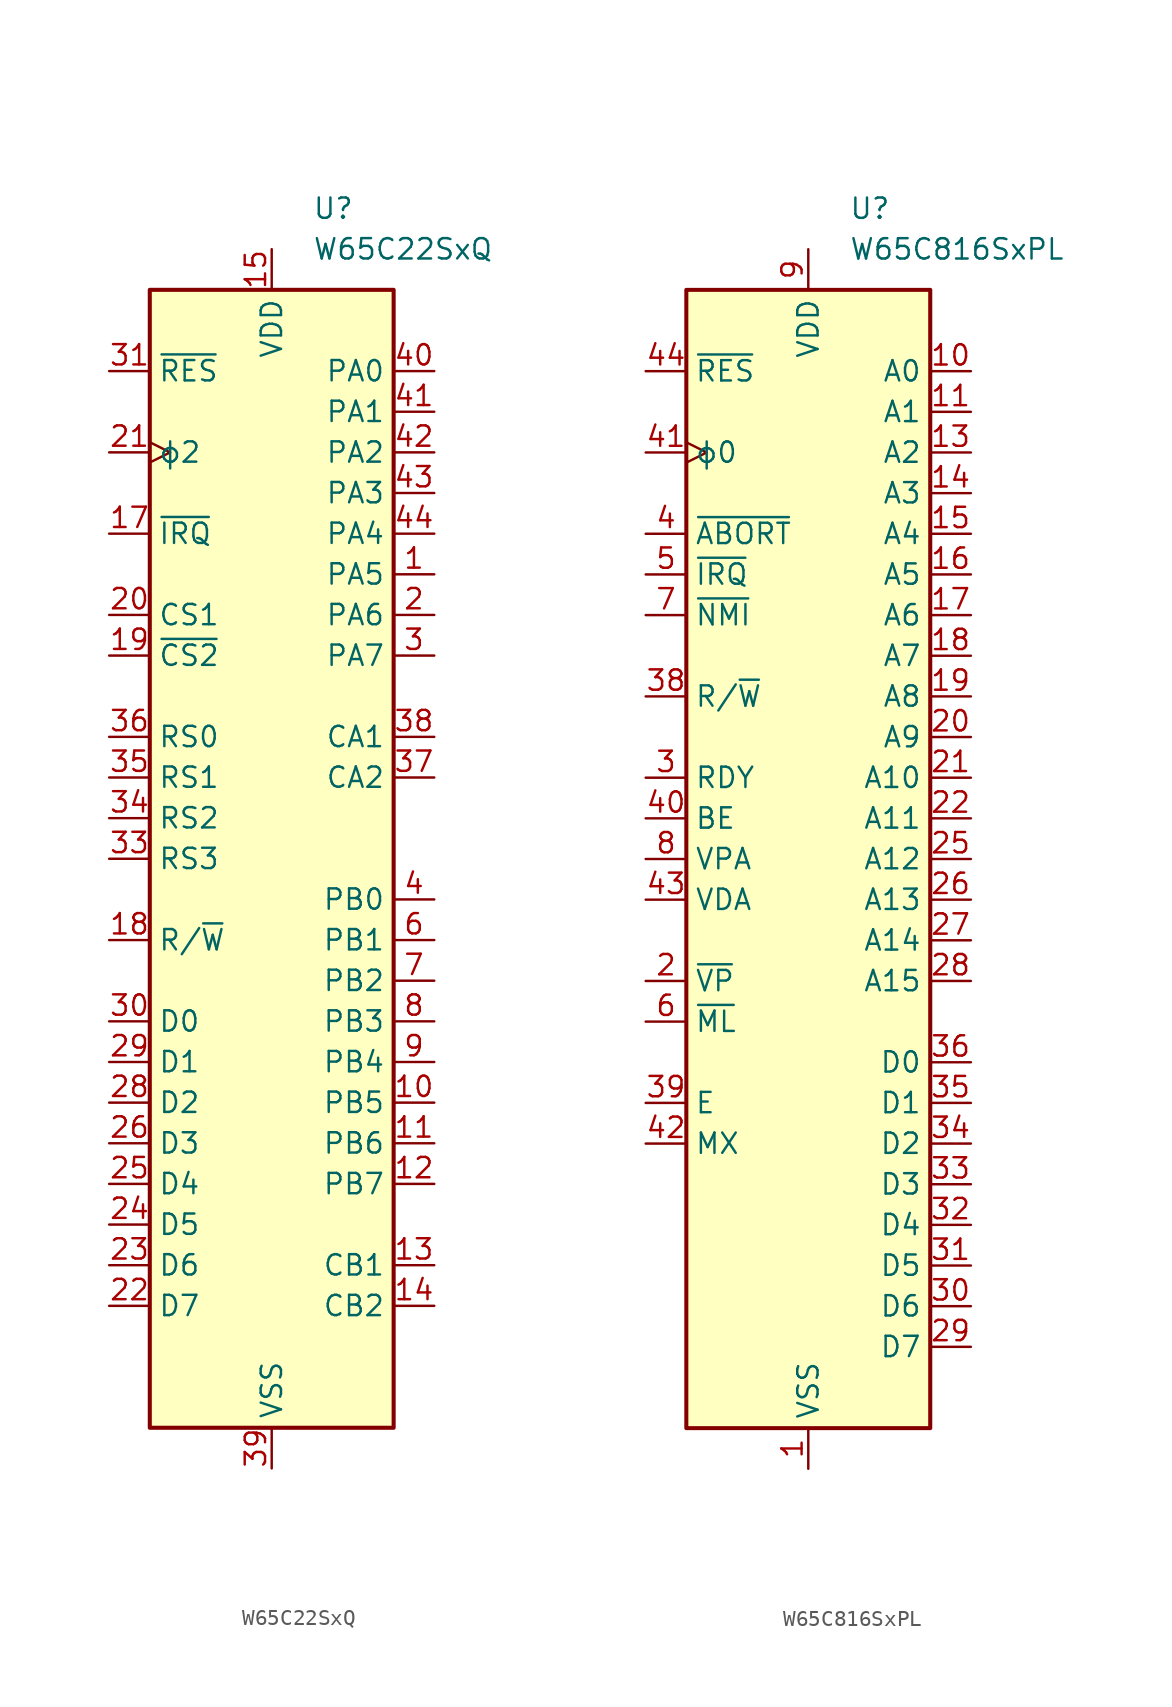
<source format=kicad_sym>
(kicad_symbol_lib
  (version 20220914)
  (generator kicad_symbol_editor)
  (symbol "W65C22SxQ"
    (property "Reference" "U"
      (at 2.54 40.64 0)
      (effects (font (size 1.27 1.27)) (justify left)))
    (property "Value" "W65C22SxQ"
      (at 2.54 38.1 0)
      (effects (font (size 1.27 1.27)) (justify left)))
    (symbol "W65C22SxQ_0_1"
      (rectangle (start -7.62 35.56) (end 7.62 -35.56) (stroke (width 0.254) (type default)) (fill (type background))))
    (symbol "W65C22SxQ_1_1"
      (pin bidirectional line (at 10.16 17.78 180) (length 2.54) (name "PA5" (effects (font (size 1.27 1.27)))) (number "1" (effects (font (size 1.27 1.27)))))
      (pin bidirectional line (at 10.16 -15.24 180) (length 2.54) (name "PB5" (effects (font (size 1.27 1.27)))) (number "10" (effects (font (size 1.27 1.27)))))
      (pin bidirectional line (at 10.16 -17.78 180) (length 2.54) (name "PB6" (effects (font (size 1.27 1.27)))) (number "11" (effects (font (size 1.27 1.27)))))
      (pin bidirectional line (at 10.16 -20.32 180) (length 2.54) (name "PB7" (effects (font (size 1.27 1.27)))) (number "12" (effects (font (size 1.27 1.27)))))
      (pin input line (at 10.16 -25.4 180) (length 2.54) (name "CB1" (effects (font (size 1.27 1.27)))) (number "13" (effects (font (size 1.27 1.27)))))
      (pin bidirectional line (at 10.16 -27.94 180) (length 2.54) (name "CB2" (effects (font (size 1.27 1.27)))) (number "14" (effects (font (size 1.27 1.27)))))
      (pin power_in line (at 0 38.1 270) (length 2.54) (name "VDD" (effects (font (size 1.27 1.27)))) (number "15" (effects (font (size 1.27 1.27)))))
      (pin no_connect non_logic (at -7.62 10.16 0) (length 2.54) hide (name "nc" (effects (font (size 1.27 1.27)))) (number "16" (effects (font (size 1.27 1.27)))))
      (pin output line (at -10.16 20.32 0) (length 2.54) (name "~{IRQ}" (effects (font (size 1.27 1.27)))) (number "17" (effects (font (size 1.27 1.27)))))
      (pin input line (at -10.16 -5.08 0) (length 2.54) (name "R/~{W}" (effects (font (size 1.27 1.27)))) (number "18" (effects (font (size 1.27 1.27)))))
      (pin input line (at -10.16 12.7 0) (length 2.54) (name "~{CS2}" (effects (font (size 1.27 1.27)))) (number "19" (effects (font (size 1.27 1.27)))))
      (pin bidirectional line (at 10.16 15.24 180) (length 2.54) (name "PA6" (effects (font (size 1.27 1.27)))) (number "2" (effects (font (size 1.27 1.27)))))
      (pin input line (at -10.16 15.24 0) (length 2.54) (name "CS1" (effects (font (size 1.27 1.27)))) (number "20" (effects (font (size 1.27 1.27)))))
      (pin input clock (at -10.16 25.4 0) (length 2.54) (name "ϕ2" (effects (font (size 1.27 1.27)))) (number "21" (effects (font (size 1.27 1.27)))))
      (pin bidirectional line (at -10.16 -27.94 0) (length 2.54) (name "D7" (effects (font (size 1.27 1.27)))) (number "22" (effects (font (size 1.27 1.27)))))
      (pin bidirectional line (at -10.16 -25.4 0) (length 2.54) (name "D6" (effects (font (size 1.27 1.27)))) (number "23" (effects (font (size 1.27 1.27)))))
      (pin bidirectional line (at -10.16 -22.86 0) (length 2.54) (name "D5" (effects (font (size 1.27 1.27)))) (number "24" (effects (font (size 1.27 1.27)))))
      (pin bidirectional line (at -10.16 -20.32 0) (length 2.54) (name "D4" (effects (font (size 1.27 1.27)))) (number "25" (effects (font (size 1.27 1.27)))))
      (pin bidirectional line (at -10.16 -17.78 0) (length 2.54) (name "D3" (effects (font (size 1.27 1.27)))) (number "26" (effects (font (size 1.27 1.27)))))
      (pin no_connect non_logic (at -7.62 -7.62 0) (length 2.54) hide (name "nc" (effects (font (size 1.27 1.27)))) (number "27" (effects (font (size 1.27 1.27)))))
      (pin bidirectional line (at -10.16 -15.24 0) (length 2.54) (name "D2" (effects (font (size 1.27 1.27)))) (number "28" (effects (font (size 1.27 1.27)))))
      (pin bidirectional line (at -10.16 -12.7 0) (length 2.54) (name "D1" (effects (font (size 1.27 1.27)))) (number "29" (effects (font (size 1.27 1.27)))))
      (pin bidirectional line (at 10.16 12.7 180) (length 2.54) (name "PA7" (effects (font (size 1.27 1.27)))) (number "3" (effects (font (size 1.27 1.27)))))
      (pin bidirectional line (at -10.16 -10.16 0) (length 2.54) (name "D0" (effects (font (size 1.27 1.27)))) (number "30" (effects (font (size 1.27 1.27)))))
      (pin input line (at -10.16 30.48 0) (length 2.54) (name "~{RES}" (effects (font (size 1.27 1.27)))) (number "31" (effects (font (size 1.27 1.27)))))
      (pin no_connect non_logic (at -7.62 -30.48 0) (length 2.54) hide (name "nc" (effects (font (size 1.27 1.27)))) (number "32" (effects (font (size 1.27 1.27)))))
      (pin input line (at -10.16 0 0) (length 2.54) (name "RS3" (effects (font (size 1.27 1.27)))) (number "33" (effects (font (size 1.27 1.27)))))
      (pin input line (at -10.16 2.54 0) (length 2.54) (name "RS2" (effects (font (size 1.27 1.27)))) (number "34" (effects (font (size 1.27 1.27)))))
      (pin input line (at -10.16 5.08 0) (length 2.54) (name "RS1" (effects (font (size 1.27 1.27)))) (number "35" (effects (font (size 1.27 1.27)))))
      (pin input line (at -10.16 7.62 0) (length 2.54) (name "RS0" (effects (font (size 1.27 1.27)))) (number "36" (effects (font (size 1.27 1.27)))))
      (pin bidirectional line (at 10.16 5.08 180) (length 2.54) (name "CA2" (effects (font (size 1.27 1.27)))) (number "37" (effects (font (size 1.27 1.27)))))
      (pin input line (at 10.16 7.62 180) (length 2.54) (name "CA1" (effects (font (size 1.27 1.27)))) (number "38" (effects (font (size 1.27 1.27)))))
      (pin power_in line (at 0 -38.1 90) (length 2.54) (name "VSS" (effects (font (size 1.27 1.27)))) (number "39" (effects (font (size 1.27 1.27)))))
      (pin bidirectional line (at 10.16 -2.54 180) (length 2.54) (name "PB0" (effects (font (size 1.27 1.27)))) (number "4" (effects (font (size 1.27 1.27)))))
      (pin bidirectional line (at 10.16 30.48 180) (length 2.54) (name "PA0" (effects (font (size 1.27 1.27)))) (number "40" (effects (font (size 1.27 1.27)))))
      (pin bidirectional line (at 10.16 27.94 180) (length 2.54) (name "PA1" (effects (font (size 1.27 1.27)))) (number "41" (effects (font (size 1.27 1.27)))))
      (pin bidirectional line (at 10.16 25.4 180) (length 2.54) (name "PA2" (effects (font (size 1.27 1.27)))) (number "42" (effects (font (size 1.27 1.27)))))
      (pin bidirectional line (at 10.16 22.86 180) (length 2.54) (name "PA3" (effects (font (size 1.27 1.27)))) (number "43" (effects (font (size 1.27 1.27)))))
      (pin bidirectional line (at 10.16 20.32 180) (length 2.54) (name "PA4" (effects (font (size 1.27 1.27)))) (number "44" (effects (font (size 1.27 1.27)))))
      (pin no_connect non_logic (at -7.62 22.86 0) (length 2.54) hide (name "nc" (effects (font (size 1.27 1.27)))) (number "5" (effects (font (size 1.27 1.27)))))
      (pin bidirectional line (at 10.16 -5.08 180) (length 2.54) (name "PB1" (effects (font (size 1.27 1.27)))) (number "6" (effects (font (size 1.27 1.27)))))
      (pin bidirectional line (at 10.16 -7.62 180) (length 2.54) (name "PB2" (effects (font (size 1.27 1.27)))) (number "7" (effects (font (size 1.27 1.27)))))
      (pin bidirectional line (at 10.16 -10.16 180) (length 2.54) (name "PB3" (effects (font (size 1.27 1.27)))) (number "8" (effects (font (size 1.27 1.27)))))
      (pin bidirectional line (at 10.16 -12.7 180) (length 2.54) (name "PB4" (effects (font (size 1.27 1.27)))) (number "9" (effects (font (size 1.27 1.27)))))))
  (symbol "W65C816SxPL"
    (property "Reference" "U"
      (at 2.54 40.64 0)
      (effects (font (size 1.27 1.27)) (justify left)))
    (property "Value" "W65C816SxPL"
      (at 2.54 38.1 0)
      (effects (font (size 1.27 1.27)) (justify left)))
    (symbol "W65C816SxPL_0_1"
      (rectangle (start -7.62 35.56) (end 7.62 -35.56) (stroke (width 0.254) (type default)) (fill (type background))))
    (symbol "W65C816SxPL_1_1"
      (pin power_in line (at 0 -38.1 90) (length 2.54) (name "VSS" (effects (font (size 1.27 1.27)))) (number "1" (effects (font (size 1.27 1.27)))))
      (pin tri_state line (at 10.16 30.48 180) (length 2.54) (name "A0" (effects (font (size 1.27 1.27)))) (number "10" (effects (font (size 1.27 1.27)))))
      (pin tri_state line (at 10.16 27.94 180) (length 2.54) (name "A1" (effects (font (size 1.27 1.27)))) (number "11" (effects (font (size 1.27 1.27)))))
      (pin no_connect non_logic (at -7.62 -22.86 0) (length 2.54) hide (name "nc" (effects (font (size 1.27 1.27)))) (number "12" (effects (font (size 1.27 1.27)))))
      (pin tri_state line (at 10.16 25.4 180) (length 2.54) (name "A2" (effects (font (size 1.27 1.27)))) (number "13" (effects (font (size 1.27 1.27)))))
      (pin tri_state line (at 10.16 22.86 180) (length 2.54) (name "A3" (effects (font (size 1.27 1.27)))) (number "14" (effects (font (size 1.27 1.27)))))
      (pin tri_state line (at 10.16 20.32 180) (length 2.54) (name "A4" (effects (font (size 1.27 1.27)))) (number "15" (effects (font (size 1.27 1.27)))))
      (pin tri_state line (at 10.16 17.78 180) (length 2.54) (name "A5" (effects (font (size 1.27 1.27)))) (number "16" (effects (font (size 1.27 1.27)))))
      (pin tri_state line (at 10.16 15.24 180) (length 2.54) (name "A6" (effects (font (size 1.27 1.27)))) (number "17" (effects (font (size 1.27 1.27)))))
      (pin tri_state line (at 10.16 12.7 180) (length 2.54) (name "A7" (effects (font (size 1.27 1.27)))) (number "18" (effects (font (size 1.27 1.27)))))
      (pin tri_state line (at 10.16 10.16 180) (length 2.54) (name "A8" (effects (font (size 1.27 1.27)))) (number "19" (effects (font (size 1.27 1.27)))))
      (pin output line (at -10.16 -7.62 0) (length 2.54) (name "~{VP}" (effects (font (size 1.27 1.27)))) (number "2" (effects (font (size 1.27 1.27)))))
      (pin tri_state line (at 10.16 7.62 180) (length 2.54) (name "A9" (effects (font (size 1.27 1.27)))) (number "20" (effects (font (size 1.27 1.27)))))
      (pin tri_state line (at 10.16 5.08 180) (length 2.54) (name "A10" (effects (font (size 1.27 1.27)))) (number "21" (effects (font (size 1.27 1.27)))))
      (pin tri_state line (at 10.16 2.54 180) (length 2.54) (name "A11" (effects (font (size 1.27 1.27)))) (number "22" (effects (font (size 1.27 1.27)))))
      (pin passive line (at 0 -38.1 90) (length 2.54) hide (name "VSS" (effects (font (size 1.27 1.27)))) (number "23" (effects (font (size 1.27 1.27)))))
      (pin passive line (at 0 -38.1 90) (length 2.54) hide (name "VSS" (effects (font (size 1.27 1.27)))) (number "24" (effects (font (size 1.27 1.27)))))
      (pin tri_state line (at 10.16 0 180) (length 2.54) (name "A12" (effects (font (size 1.27 1.27)))) (number "25" (effects (font (size 1.27 1.27)))))
      (pin tri_state line (at 10.16 -2.54 180) (length 2.54) (name "A13" (effects (font (size 1.27 1.27)))) (number "26" (effects (font (size 1.27 1.27)))))
      (pin tri_state line (at 10.16 -5.08 180) (length 2.54) (name "A14" (effects (font (size 1.27 1.27)))) (number "27" (effects (font (size 1.27 1.27)))))
      (pin tri_state line (at 10.16 -7.62 180) (length 2.54) (name "A15" (effects (font (size 1.27 1.27)))) (number "28" (effects (font (size 1.27 1.27)))))
      (pin bidirectional line (at 10.16 -30.48 180) (length 2.54) (name "D7" (effects (font (size 1.27 1.27)))) (number "29" (effects (font (size 1.27 1.27)))))
      (pin open_collector line (at -10.16 5.08 0) (length 2.54) (name "RDY" (effects (font (size 1.27 1.27)))) (number "3" (effects (font (size 1.27 1.27)))))
      (pin bidirectional line (at 10.16 -27.94 180) (length 2.54) (name "D6" (effects (font (size 1.27 1.27)))) (number "30" (effects (font (size 1.27 1.27)))))
      (pin bidirectional line (at 10.16 -25.4 180) (length 2.54) (name "D5" (effects (font (size 1.27 1.27)))) (number "31" (effects (font (size 1.27 1.27)))))
      (pin bidirectional line (at 10.16 -22.86 180) (length 2.54) (name "D4" (effects (font (size 1.27 1.27)))) (number "32" (effects (font (size 1.27 1.27)))))
      (pin bidirectional line (at 10.16 -20.32 180) (length 2.54) (name "D3" (effects (font (size 1.27 1.27)))) (number "33" (effects (font (size 1.27 1.27)))))
      (pin bidirectional line (at 10.16 -17.78 180) (length 2.54) (name "D2" (effects (font (size 1.27 1.27)))) (number "34" (effects (font (size 1.27 1.27)))))
      (pin bidirectional line (at 10.16 -15.24 180) (length 2.54) (name "D1" (effects (font (size 1.27 1.27)))) (number "35" (effects (font (size 1.27 1.27)))))
      (pin bidirectional line (at 10.16 -12.7 180) (length 2.54) (name "D0" (effects (font (size 1.27 1.27)))) (number "36" (effects (font (size 1.27 1.27)))))
      (pin passive line (at 0 38.1 270) (length 2.54) hide (name "VDD" (effects (font (size 1.27 1.27)))) (number "37" (effects (font (size 1.27 1.27)))))
      (pin tri_state line (at -10.16 10.16 0) (length 2.54) (name "R/~{W}" (effects (font (size 1.27 1.27)))) (number "38" (effects (font (size 1.27 1.27)))))
      (pin output line (at -10.16 -15.24 0) (length 2.54) (name "E" (effects (font (size 1.27 1.27)))) (number "39" (effects (font (size 1.27 1.27)))))
      (pin input line (at -10.16 20.32 0) (length 2.54) (name "~{ABORT}" (effects (font (size 1.27 1.27)))) (number "4" (effects (font (size 1.27 1.27)))))
      (pin input line (at -10.16 2.54 0) (length 2.54) (name "BE" (effects (font (size 1.27 1.27)))) (number "40" (effects (font (size 1.27 1.27)))))
      (pin input clock (at -10.16 25.4 0) (length 2.54) (name "ϕ0" (effects (font (size 1.27 1.27)))) (number "41" (effects (font (size 1.27 1.27)))))
      (pin output line (at -10.16 -17.78 0) (length 2.54) (name "MX" (effects (font (size 1.27 1.27)))) (number "42" (effects (font (size 1.27 1.27)))))
      (pin output line (at -10.16 -2.54 0) (length 2.54) (name "VDA" (effects (font (size 1.27 1.27)))) (number "43" (effects (font (size 1.27 1.27)))))
      (pin input line (at -10.16 30.48 0) (length 2.54) (name "~{RES}" (effects (font (size 1.27 1.27)))) (number "44" (effects (font (size 1.27 1.27)))))
      (pin input line (at -10.16 17.78 0) (length 2.54) (name "~{IRQ}" (effects (font (size 1.27 1.27)))) (number "5" (effects (font (size 1.27 1.27)))))
      (pin output line (at -10.16 -10.16 0) (length 2.54) (name "~{ML}" (effects (font (size 1.27 1.27)))) (number "6" (effects (font (size 1.27 1.27)))))
      (pin input line (at -10.16 15.24 0) (length 2.54) (name "~{NMI}" (effects (font (size 1.27 1.27)))) (number "7" (effects (font (size 1.27 1.27)))))
      (pin output line (at -10.16 0 0) (length 2.54) (name "VPA" (effects (font (size 1.27 1.27)))) (number "8" (effects (font (size 1.27 1.27)))))
      (pin power_in line (at 0 38.1 270) (length 2.54) (name "VDD" (effects (font (size 1.27 1.27)))) (number "9" (effects (font (size 1.27 1.27))))))))
</source>
